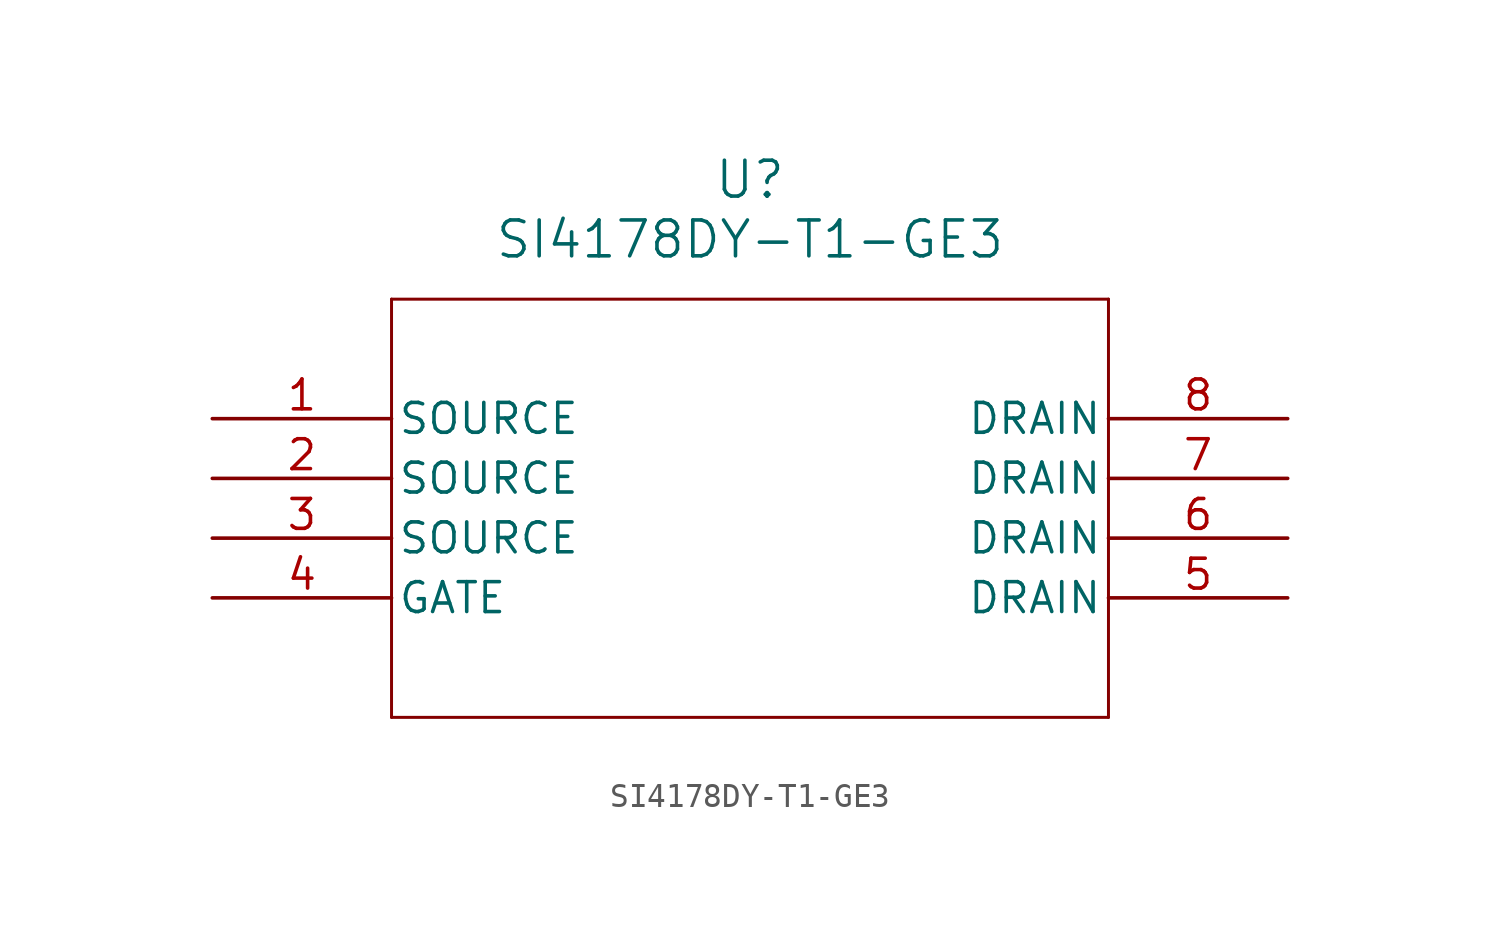
<source format=kicad_sym>
(kicad_symbol_lib
  (version 20211014)
  (generator kicad_symbol_editor)
  (symbol "SI4178DY-T1-GE3"
    (pin_names
      (offset 0.254))
    (property "Reference" "U"
      (at 22.86 10.16 0)
      (effects (font (size 1.524 1.524))))
    (property "Value" "SI4178DY-T1-GE3"
      (at 22.86 7.62 0)
      (effects (font (size 1.524 1.524))))
    (symbol "SI4178DY-T1-GE3_0_1"
      (polyline (pts (xy 7.62 5.08) (xy 7.62 -12.7)) (stroke (width 0.127) (type default) (color 0 0 0 0)) (fill (type none)))
      (polyline (pts (xy 7.62 -12.7) (xy 38.1 -12.7)) (stroke (width 0.127) (type default) (color 0 0 0 0)) (fill (type none)))
      (polyline (pts (xy 38.1 -12.7) (xy 38.1 5.08)) (stroke (width 0.127) (type default) (color 0 0 0 0)) (fill (type none)))
      (polyline (pts (xy 38.1 5.08) (xy 7.62 5.08)) (stroke (width 0.127) (type default) (color 0 0 0 0)) (fill (type none)))
      (pin unspecified line (at 0 0 0) (length 7.62) (name "SOURCE" (effects (font (size 1.27 1.27)))) (number "1" (effects (font (size 1.27 1.27)))))
      (pin unspecified line (at 0 -2.54 0) (length 7.62) (name "SOURCE" (effects (font (size 1.27 1.27)))) (number "2" (effects (font (size 1.27 1.27)))))
      (pin unspecified line (at 0 -5.08 0) (length 7.62) (name "SOURCE" (effects (font (size 1.27 1.27)))) (number "3" (effects (font (size 1.27 1.27)))))
      (pin unspecified line (at 0 -7.62 0) (length 7.62) (name "GATE" (effects (font (size 1.27 1.27)))) (number "4" (effects (font (size 1.27 1.27)))))
      (pin unspecified line (at 45.72 -7.62 180) (length 7.62) (name "DRAIN" (effects (font (size 1.27 1.27)))) (number "5" (effects (font (size 1.27 1.27)))))
      (pin unspecified line (at 45.72 -5.08 180) (length 7.62) (name "DRAIN" (effects (font (size 1.27 1.27)))) (number "6" (effects (font (size 1.27 1.27)))))
      (pin unspecified line (at 45.72 -2.54 180) (length 7.62) (name "DRAIN" (effects (font (size 1.27 1.27)))) (number "7" (effects (font (size 1.27 1.27)))))
      (pin unspecified line (at 45.72 0 180) (length 7.62) (name "DRAIN" (effects (font (size 1.27 1.27)))) (number "8" (effects (font (size 1.27 1.27))))))))
</source>
